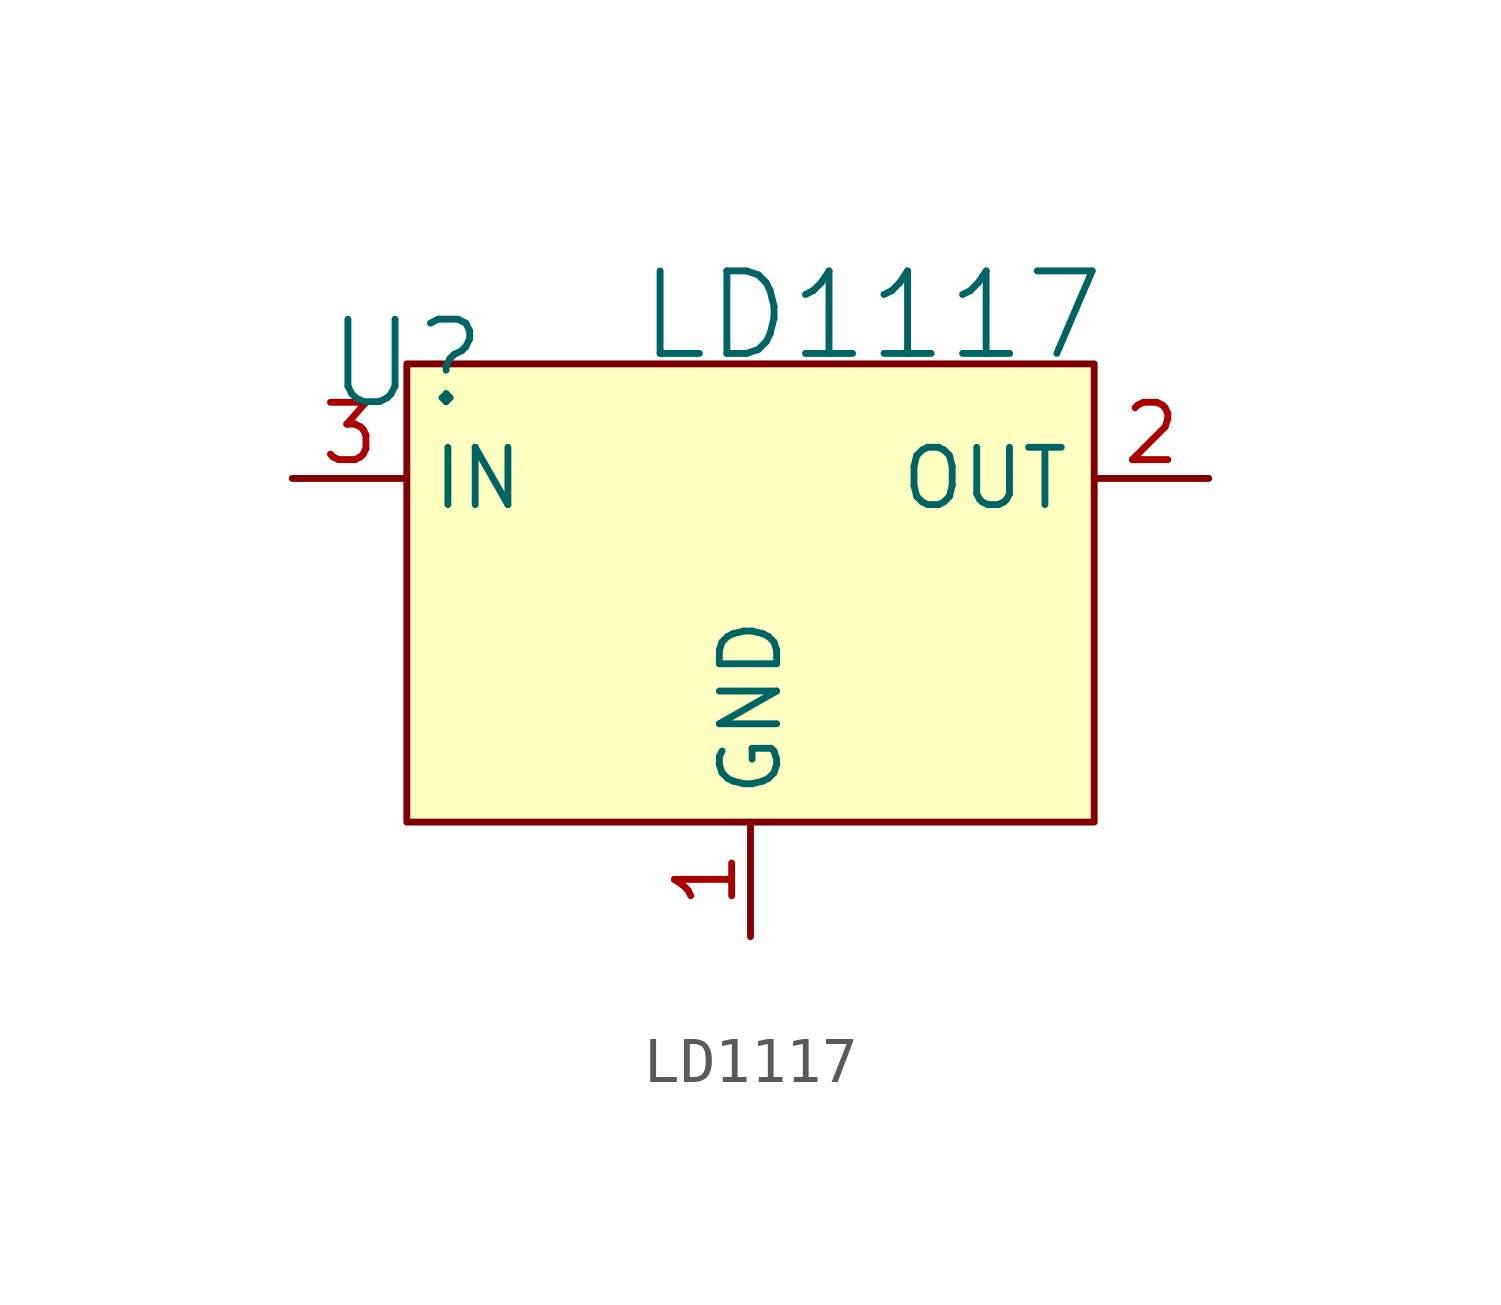
<source format=kicad_sym>
(kicad_symbol_lib
  (version 20241209)
  (generator "kicad_symbol_editor")
  (generator_version "9.0")
  (symbol "LD1117"
    (property "Reference" "U"
      (at -7.62 5.08 0)
      (effects (font (size 1.829 1.829))))
    (property "Value" "LD1117"
      (at -2.54 5.08 0)
      (effects (font (size 1.829 1.829)) (justify left bottom)))
    (symbol "LD1117_1_0"
      (rectangle (start 7.62 5.08) (end -7.62 -5.08) (stroke (width 0) (type solid) (color 128 0 0 1)) (fill (type background)))
      (pin passive line (at -10.16 2.54 0) (length 2.54) (name "IN" (effects (font (size 1.27 1.27)))) (number "3" (effects (font (size 1.27 1.27)))))
      (pin passive line (at 0 -7.62 90) (length 2.54) (name "GND" (effects (font (size 1.27 1.27)))) (number "1" (effects (font (size 1.27 1.27)))))
      (pin passive line (at 10.16 2.54 180) (length 2.54) (name "OUT" (effects (font (size 1.27 1.27)))) (number "2" (effects (font (size 1.27 1.27))))))))
</source>
